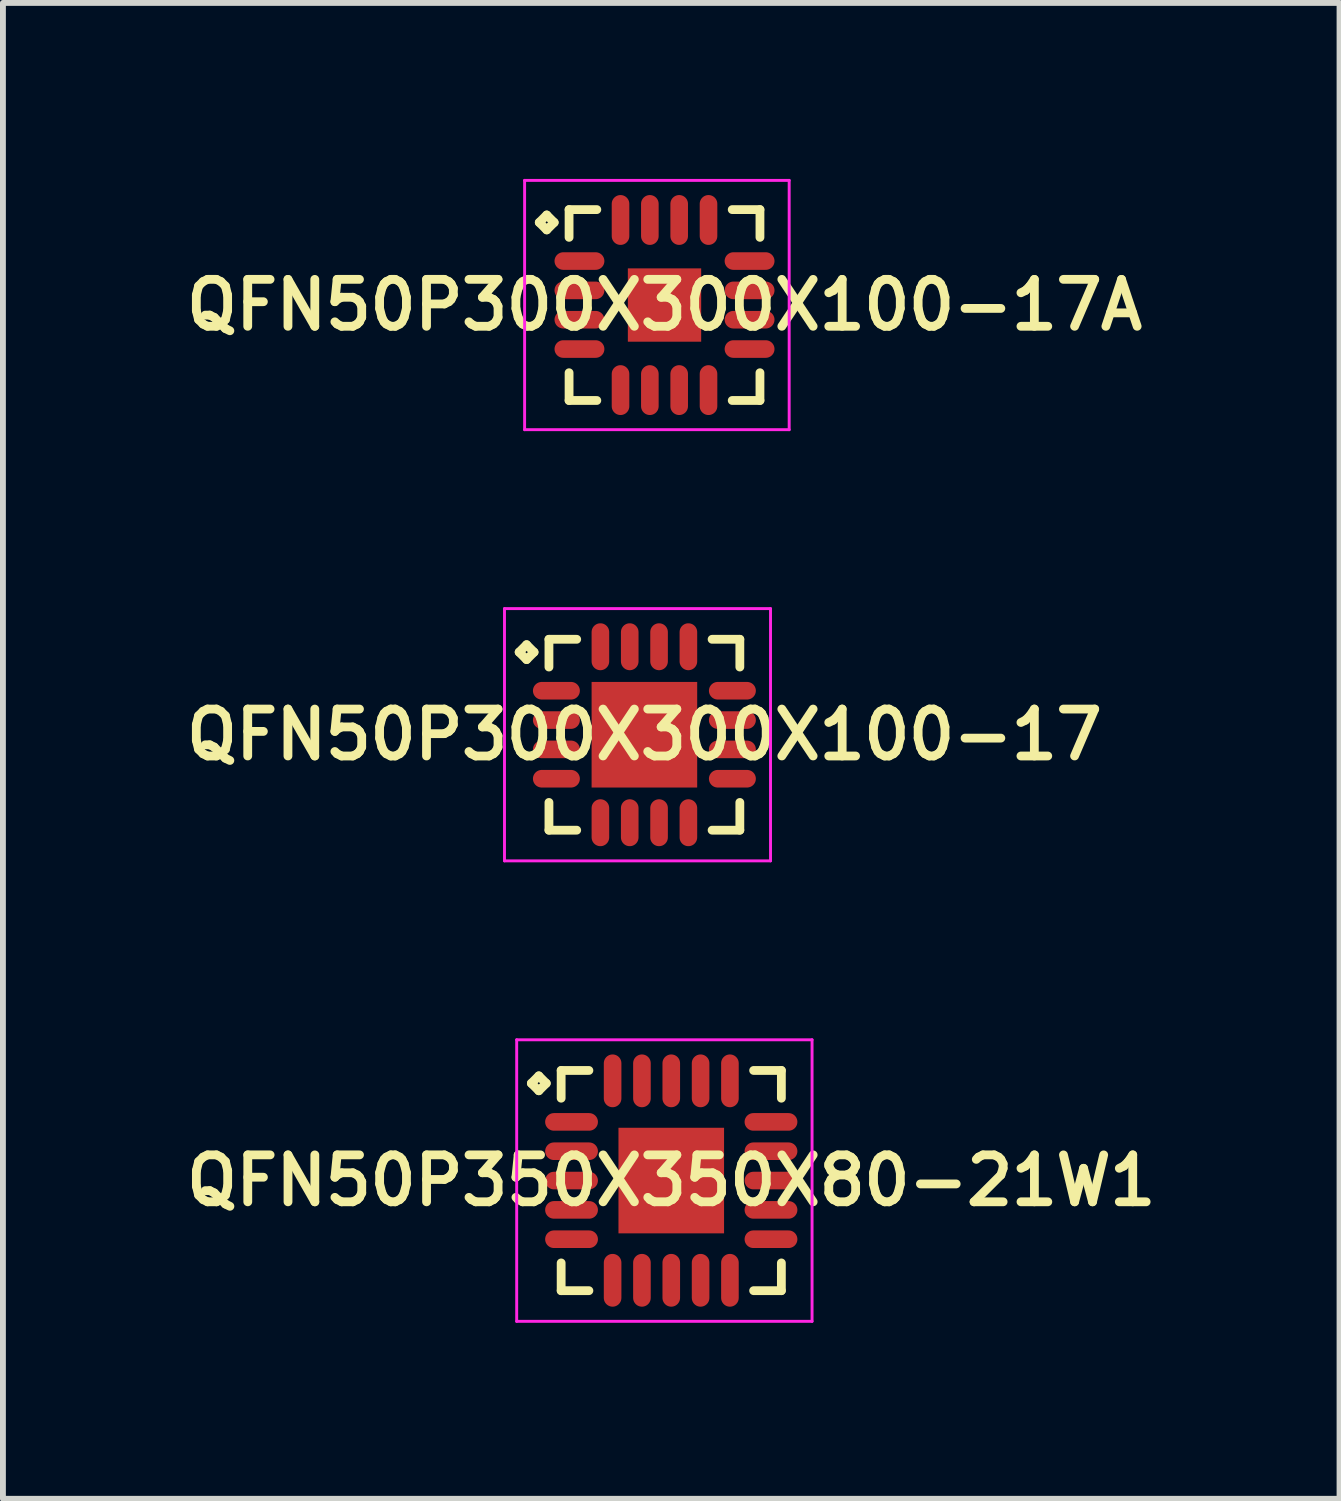
<source format=kicad_pcb>
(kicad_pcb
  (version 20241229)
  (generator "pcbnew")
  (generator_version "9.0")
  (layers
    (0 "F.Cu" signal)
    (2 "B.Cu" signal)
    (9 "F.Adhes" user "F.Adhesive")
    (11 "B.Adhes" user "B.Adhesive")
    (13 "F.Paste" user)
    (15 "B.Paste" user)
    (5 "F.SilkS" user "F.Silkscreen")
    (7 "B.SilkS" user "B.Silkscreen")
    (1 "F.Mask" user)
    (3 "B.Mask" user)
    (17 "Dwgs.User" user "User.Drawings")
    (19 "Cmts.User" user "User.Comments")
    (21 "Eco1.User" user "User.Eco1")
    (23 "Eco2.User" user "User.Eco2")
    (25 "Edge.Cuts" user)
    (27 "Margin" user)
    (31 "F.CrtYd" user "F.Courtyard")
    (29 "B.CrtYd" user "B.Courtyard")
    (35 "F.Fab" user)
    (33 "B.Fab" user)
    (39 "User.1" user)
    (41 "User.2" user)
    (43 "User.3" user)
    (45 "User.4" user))
  (footprint "QFN50P350X350X80-21W1"
    (layer "F.Cu")
    (at 8.393 17.075)
    (property "Reference" "QFN50P350X350X80-21W1" (at 0 0 0) (layer "F.SilkS") (effects (font (size 0.8 0.8) (thickness 0.15))))
    (attr smd)
    (fp_line (start -2.385 -1.658) (end -2.258 -1.785) (stroke (width 0.15) (type solid)) (layer "F.SilkS"))
    (fp_line (start -2.258 -1.785) (end -2.131 -1.658) (stroke (width 0.15) (type solid)) (layer "F.SilkS"))
    (fp_line (start -2.258 -1.531) (end -2.385 -1.658) (stroke (width 0.15) (type solid)) (layer "F.SilkS"))
    (fp_line (start -2.131 -1.658) (end -2.258 -1.531) (stroke (width 0.15) (type solid)) (layer "F.SilkS"))
    (fp_line (start -1.877 -1.877) (end -1.404 -1.877) (stroke (width 0.15) (type solid)) (layer "F.SilkS"))
    (fp_line (start -1.877 -1.404) (end -1.877 -1.877) (stroke (width 0.15) (type solid)) (layer "F.SilkS"))
    (fp_line (start -1.877 1.404) (end -1.877 1.877) (stroke (width 0.15) (type solid)) (layer "F.SilkS"))
    (fp_line (start -1.877 1.877) (end -1.404 1.877) (stroke (width 0.15) (type solid)) (layer "F.SilkS"))
    (fp_line (start 1.404 -1.877) (end 1.877 -1.877) (stroke (width 0.15) (type solid)) (layer "F.SilkS"))
    (fp_line (start 1.404 1.877) (end 1.877 1.877) (stroke (width 0.15) (type solid)) (layer "F.SilkS"))
    (fp_line (start 1.877 -1.877) (end 1.877 -1.404) (stroke (width 0.15) (type solid)) (layer "F.SilkS"))
    (fp_line (start 1.877 1.877) (end 1.877 1.404) (stroke (width 0.15) (type solid)) (layer "F.SilkS"))
    (fp_line (start -2.635 -2.4) (end 2.4 -2.4) (stroke (width 0.05) (type solid)) (layer "F.CrtYd"))
    (fp_line (start -2.635 2.4) (end -2.635 -2.4) (stroke (width 0.05) (type solid)) (layer "F.CrtYd"))
    (fp_line (start 2.4 -2.4) (end 2.4 2.4) (stroke (width 0.05) (type solid)) (layer "F.CrtYd"))
    (fp_line (start 2.4 2.4) (end -2.635 2.4) (stroke (width 0.05) (type solid)) (layer "F.CrtYd"))
    (pad "1" smd oval (at -1.7 -1) (size 0.9 0.3) (layers "F.Cu" "F.Mask" "F.Paste"))
    (pad "2" smd oval (at -1.7 -0.5) (size 0.9 0.3) (layers "F.Cu" "F.Mask" "F.Paste"))
    (pad "3" smd oval (at -1.7 0) (size 0.9 0.3) (layers "F.Cu" "F.Mask" "F.Paste"))
    (pad "4" smd oval (at -1.7 0.5) (size 0.9 0.3) (layers "F.Cu" "F.Mask" "F.Paste"))
    (pad "5" smd oval (at -1.7 1) (size 0.9 0.3) (layers "F.Cu" "F.Mask" "F.Paste"))
    (pad "6" smd oval (at -1 1.7) (size 0.3 0.9) (layers "F.Cu" "F.Mask" "F.Paste"))
    (pad "7" smd oval (at -0.5 1.7) (size 0.3 0.9) (layers "F.Cu" "F.Mask" "F.Paste"))
    (pad "8" smd oval (at 0 1.7) (size 0.3 0.9) (layers "F.Cu" "F.Mask" "F.Paste"))
    (pad "9" smd oval (at 0.5 1.7) (size 0.3 0.9) (layers "F.Cu" "F.Mask" "F.Paste"))
    (pad "10" smd oval (at 1 1.7) (size 0.3 0.9) (layers "F.Cu" "F.Mask" "F.Paste"))
    (pad "11" smd oval (at 1.7 1) (size 0.9 0.3) (layers "F.Cu" "F.Mask" "F.Paste"))
    (pad "12" smd oval (at 1.7 0.5) (size 0.9 0.3) (layers "F.Cu" "F.Mask" "F.Paste"))
    (pad "13" smd oval (at 1.7 0) (size 0.9 0.3) (layers "F.Cu" "F.Mask" "F.Paste"))
    (pad "14" smd oval (at 1.7 -0.5) (size 0.9 0.3) (layers "F.Cu" "F.Mask" "F.Paste"))
    (pad "15" smd oval (at 1.7 -1) (size 0.9 0.3) (layers "F.Cu" "F.Mask" "F.Paste"))
    (pad "16" smd oval (at 1 -1.7) (size 0.3 0.9) (layers "F.Cu" "F.Mask" "F.Paste"))
    (pad "17" smd oval (at 0.5 -1.7) (size 0.3 0.9) (layers "F.Cu" "F.Mask" "F.Paste"))
    (pad "18" smd oval (at 0 -1.7) (size 0.3 0.9) (layers "F.Cu" "F.Mask" "F.Paste"))
    (pad "19" smd oval (at -0.5 -1.7) (size 0.3 0.9) (layers "F.Cu" "F.Mask" "F.Paste"))
    (pad "20" smd oval (at -1 -1.7) (size 0.3 0.9) (layers "F.Cu" "F.Mask" "F.Paste"))
    (pad "21" smd rect (at 0 0) (size 1.8 1.8) (layers "F.Cu" "F.Mask" "F.Paste")))
  (footprint "QFN50P300X300X100-17"
    (layer "F.Cu")
    (at 7.935 9.475)
    (property "Reference" "QFN50P300X300X100-17" (at 0 0 0) (layer "F.SilkS") (effects (font (size 0.8 0.8) (thickness 0.15))))
    (attr smd)
    (fp_line (start -2.135 -1.408) (end -2.008 -1.535) (stroke (width 0.15) (type solid)) (layer "F.SilkS"))
    (fp_line (start -2.008 -1.535) (end -1.881 -1.408) (stroke (width 0.15) (type solid)) (layer "F.SilkS"))
    (fp_line (start -2.008 -1.281) (end -2.135 -1.408) (stroke (width 0.15) (type solid)) (layer "F.SilkS"))
    (fp_line (start -1.881 -1.408) (end -2.008 -1.281) (stroke (width 0.15) (type solid)) (layer "F.SilkS"))
    (fp_line (start -1.627 -1.627) (end -1.154 -1.627) (stroke (width 0.15) (type solid)) (layer "F.SilkS"))
    (fp_line (start -1.627 -1.154) (end -1.627 -1.627) (stroke (width 0.15) (type solid)) (layer "F.SilkS"))
    (fp_line (start -1.627 1.154) (end -1.627 1.627) (stroke (width 0.15) (type solid)) (layer "F.SilkS"))
    (fp_line (start -1.627 1.627) (end -1.154 1.627) (stroke (width 0.15) (type solid)) (layer "F.SilkS"))
    (fp_line (start 1.154 -1.627) (end 1.627 -1.627) (stroke (width 0.15) (type solid)) (layer "F.SilkS"))
    (fp_line (start 1.154 1.627) (end 1.627 1.627) (stroke (width 0.15) (type solid)) (layer "F.SilkS"))
    (fp_line (start 1.627 -1.627) (end 1.627 -1.154) (stroke (width 0.15) (type solid)) (layer "F.SilkS"))
    (fp_line (start 1.627 1.627) (end 1.627 1.154) (stroke (width 0.15) (type solid)) (layer "F.SilkS"))
    (fp_line (start -2.385 -2.15) (end 2.15 -2.15) (stroke (width 0.05) (type solid)) (layer "F.CrtYd"))
    (fp_line (start -2.385 2.15) (end -2.385 -2.15) (stroke (width 0.05) (type solid)) (layer "F.CrtYd"))
    (fp_line (start 2.15 -2.15) (end 2.15 2.15) (stroke (width 0.05) (type solid)) (layer "F.CrtYd"))
    (fp_line (start 2.15 2.15) (end -2.385 2.15) (stroke (width 0.05) (type solid)) (layer "F.CrtYd"))
    (pad "1" smd oval (at -1.5 -0.75) (size 0.8 0.3) (layers "F.Cu" "F.Mask" "F.Paste"))
    (pad "2" smd oval (at -1.5 -0.25) (size 0.8 0.3) (layers "F.Cu" "F.Mask" "F.Paste"))
    (pad "3" smd oval (at -1.5 0.25) (size 0.8 0.3) (layers "F.Cu" "F.Mask" "F.Paste"))
    (pad "4" smd oval (at -1.5 0.75) (size 0.8 0.3) (layers "F.Cu" "F.Mask" "F.Paste"))
    (pad "5" smd oval (at -0.75 1.5) (size 0.3 0.8) (layers "F.Cu" "F.Mask" "F.Paste"))
    (pad "6" smd oval (at -0.25 1.5) (size 0.3 0.8) (layers "F.Cu" "F.Mask" "F.Paste"))
    (pad "7" smd oval (at 0.25 1.5) (size 0.3 0.8) (layers "F.Cu" "F.Mask" "F.Paste"))
    (pad "8" smd oval (at 0.75 1.5) (size 0.3 0.8) (layers "F.Cu" "F.Mask" "F.Paste"))
    (pad "9" smd oval (at 1.5 0.75) (size 0.8 0.3) (layers "F.Cu" "F.Mask" "F.Paste"))
    (pad "10" smd oval (at 1.5 0.25) (size 0.8 0.3) (layers "F.Cu" "F.Mask" "F.Paste"))
    (pad "11" smd oval (at 1.5 -0.25) (size 0.8 0.3) (layers "F.Cu" "F.Mask" "F.Paste"))
    (pad "12" smd oval (at 1.5 -0.75) (size 0.8 0.3) (layers "F.Cu" "F.Mask" "F.Paste"))
    (pad "13" smd oval (at 0.75 -1.5) (size 0.3 0.8) (layers "F.Cu" "F.Mask" "F.Paste"))
    (pad "14" smd oval (at 0.25 -1.5) (size 0.3 0.8) (layers "F.Cu" "F.Mask" "F.Paste"))
    (pad "15" smd oval (at -0.25 -1.5) (size 0.3 0.8) (layers "F.Cu" "F.Mask" "F.Paste"))
    (pad "16" smd oval (at -0.75 -1.5) (size 0.3 0.8) (layers "F.Cu" "F.Mask" "F.Paste"))
    (pad "17" smd rect (at 0 0) (size 1.8 1.8) (layers "F.Cu" "F.Mask" "F.Paste")))
  (footprint "QFN50P300X300X100-17A"
    (layer "F.Cu")
    (at 8.278 2.15)
    (property "Reference" "QFN50P300X300X100-17A" (at 0 0 0) (layer "F.SilkS") (effects (font (size 0.8 0.8) (thickness 0.15))))
    (attr smd)
    (fp_line (start -2.135 -1.408) (end -2.008 -1.535) (stroke (width 0.15) (type solid)) (layer "F.SilkS"))
    (fp_line (start -2.008 -1.535) (end -1.881 -1.408) (stroke (width 0.15) (type solid)) (layer "F.SilkS"))
    (fp_line (start -2.008 -1.281) (end -2.135 -1.408) (stroke (width 0.15) (type solid)) (layer "F.SilkS"))
    (fp_line (start -1.881 -1.408) (end -2.008 -1.281) (stroke (width 0.15) (type solid)) (layer "F.SilkS"))
    (fp_line (start -1.627 -1.627) (end -1.154 -1.627) (stroke (width 0.15) (type solid)) (layer "F.SilkS"))
    (fp_line (start -1.627 -1.154) (end -1.627 -1.627) (stroke (width 0.15) (type solid)) (layer "F.SilkS"))
    (fp_line (start -1.627 1.154) (end -1.627 1.627) (stroke (width 0.15) (type solid)) (layer "F.SilkS"))
    (fp_line (start -1.627 1.627) (end -1.154 1.627) (stroke (width 0.15) (type solid)) (layer "F.SilkS"))
    (fp_line (start 1.154 -1.627) (end 1.627 -1.627) (stroke (width 0.15) (type solid)) (layer "F.SilkS"))
    (fp_line (start 1.154 1.627) (end 1.627 1.627) (stroke (width 0.15) (type solid)) (layer "F.SilkS"))
    (fp_line (start 1.627 -1.627) (end 1.627 -1.154) (stroke (width 0.15) (type solid)) (layer "F.SilkS"))
    (fp_line (start 1.627 1.627) (end 1.627 1.154) (stroke (width 0.15) (type solid)) (layer "F.SilkS"))
    (fp_line (start -2.385 -2.125) (end 2.125 -2.125) (stroke (width 0.05) (type solid)) (layer "F.CrtYd"))
    (fp_line (start -2.385 2.125) (end -2.385 -2.125) (stroke (width 0.05) (type solid)) (layer "F.CrtYd"))
    (fp_line (start 2.125 -2.125) (end 2.125 2.125) (stroke (width 0.05) (type solid)) (layer "F.CrtYd"))
    (fp_line (start 2.125 2.125) (end -2.385 2.125) (stroke (width 0.05) (type solid)) (layer "F.CrtYd"))
    (pad "1" smd oval (at -1.45 -0.75) (size 0.85 0.3) (layers "F.Cu" "F.Mask" "F.Paste"))
    (pad "2" smd oval (at -1.45 -0.25) (size 0.85 0.3) (layers "F.Cu" "F.Mask" "F.Paste"))
    (pad "3" smd oval (at -1.45 0.25) (size 0.85 0.3) (layers "F.Cu" "F.Mask" "F.Paste"))
    (pad "4" smd oval (at -1.45 0.75) (size 0.85 0.3) (layers "F.Cu" "F.Mask" "F.Paste"))
    (pad "5" smd oval (at -0.75 1.45) (size 0.3 0.85) (layers "F.Cu" "F.Mask" "F.Paste"))
    (pad "6" smd oval (at -0.25 1.45) (size 0.3 0.85) (layers "F.Cu" "F.Mask" "F.Paste"))
    (pad "7" smd oval (at 0.25 1.45) (size 0.3 0.85) (layers "F.Cu" "F.Mask" "F.Paste"))
    (pad "8" smd oval (at 0.75 1.45) (size 0.3 0.85) (layers "F.Cu" "F.Mask" "F.Paste"))
    (pad "9" smd oval (at 1.45 0.75) (size 0.85 0.3) (layers "F.Cu" "F.Mask" "F.Paste"))
    (pad "10" smd oval (at 1.45 0.25) (size 0.85 0.3) (layers "F.Cu" "F.Mask" "F.Paste"))
    (pad "11" smd oval (at 1.45 -0.25) (size 0.85 0.3) (layers "F.Cu" "F.Mask" "F.Paste"))
    (pad "12" smd oval (at 1.45 -0.75) (size 0.85 0.3) (layers "F.Cu" "F.Mask" "F.Paste"))
    (pad "13" smd oval (at 0.75 -1.45) (size 0.3 0.85) (layers "F.Cu" "F.Mask" "F.Paste"))
    (pad "14" smd oval (at 0.25 -1.45) (size 0.3 0.85) (layers "F.Cu" "F.Mask" "F.Paste"))
    (pad "15" smd oval (at -0.25 -1.45) (size 0.3 0.85) (layers "F.Cu" "F.Mask" "F.Paste"))
    (pad "16" smd oval (at -0.75 -1.45) (size 0.3 0.85) (layers "F.Cu" "F.Mask" "F.Paste"))
    (pad "17" smd rect (at 0 0) (size 1.25 1.25) (layers "F.Cu" "F.Mask" "F.Paste")))
  (gr_rect
    (start -3 -3)
    (end 19.785 22.5)
    (stroke (width 0.1) (type default))
    (fill no)
    (layer "Edge.Cuts")))
</source>
